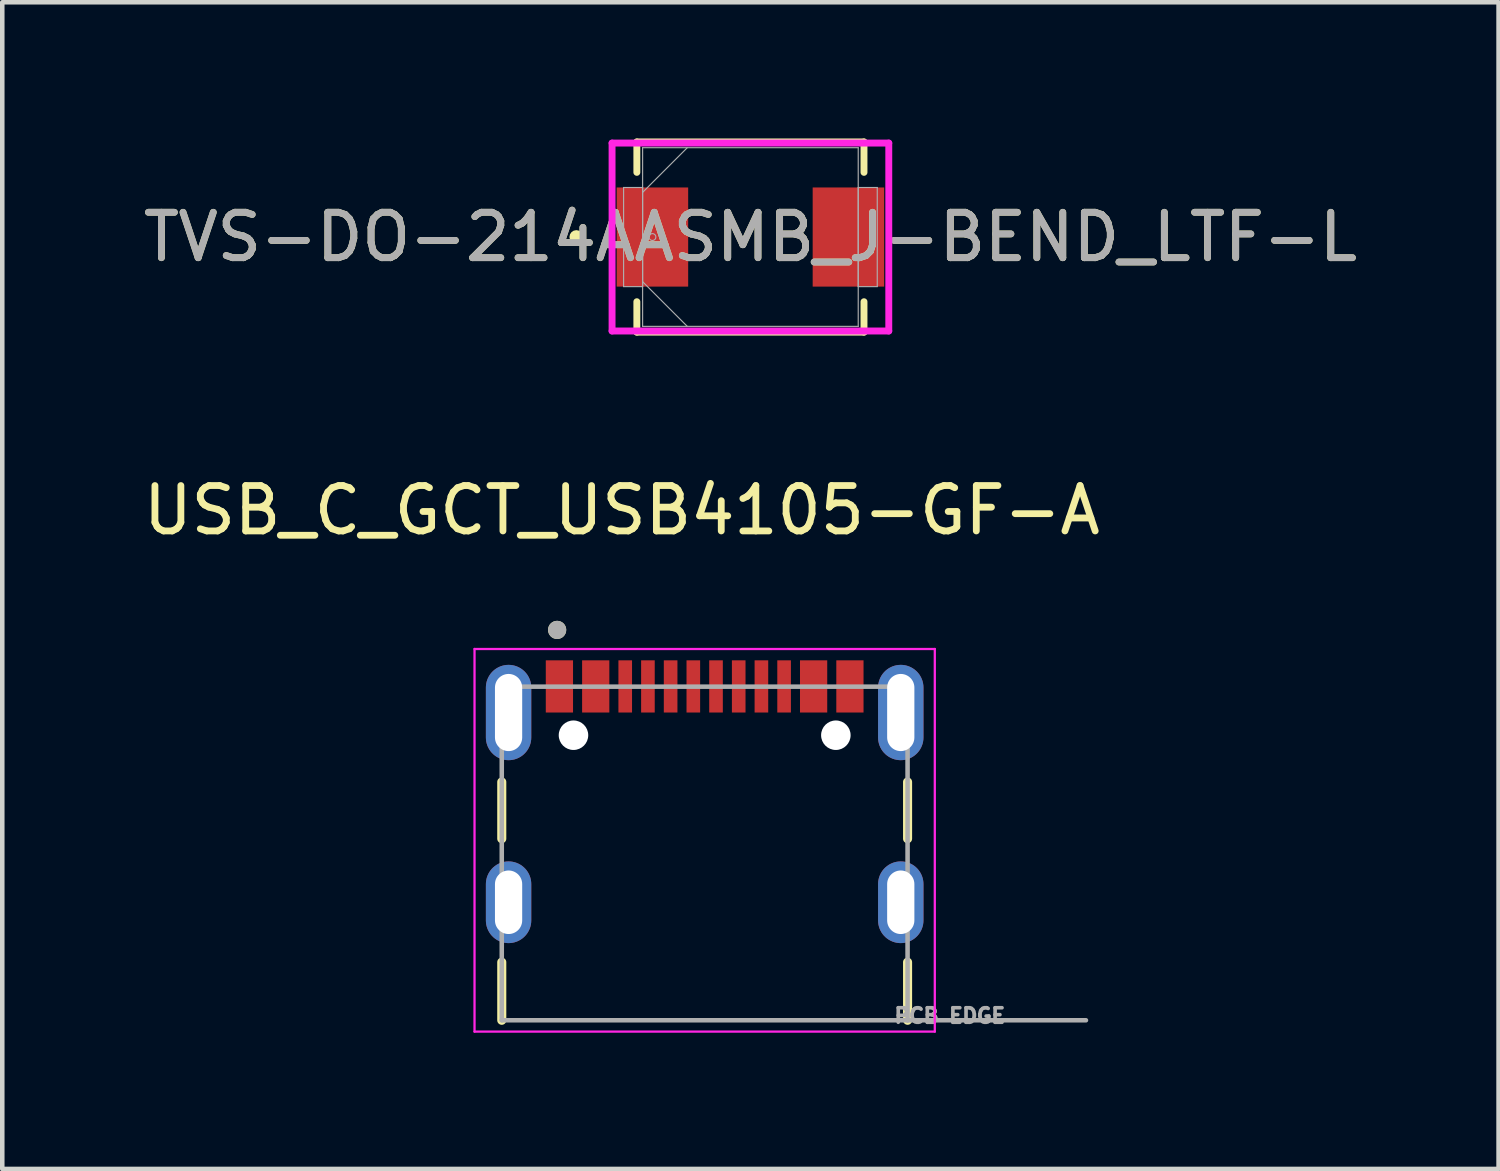
<source format=kicad_pcb>
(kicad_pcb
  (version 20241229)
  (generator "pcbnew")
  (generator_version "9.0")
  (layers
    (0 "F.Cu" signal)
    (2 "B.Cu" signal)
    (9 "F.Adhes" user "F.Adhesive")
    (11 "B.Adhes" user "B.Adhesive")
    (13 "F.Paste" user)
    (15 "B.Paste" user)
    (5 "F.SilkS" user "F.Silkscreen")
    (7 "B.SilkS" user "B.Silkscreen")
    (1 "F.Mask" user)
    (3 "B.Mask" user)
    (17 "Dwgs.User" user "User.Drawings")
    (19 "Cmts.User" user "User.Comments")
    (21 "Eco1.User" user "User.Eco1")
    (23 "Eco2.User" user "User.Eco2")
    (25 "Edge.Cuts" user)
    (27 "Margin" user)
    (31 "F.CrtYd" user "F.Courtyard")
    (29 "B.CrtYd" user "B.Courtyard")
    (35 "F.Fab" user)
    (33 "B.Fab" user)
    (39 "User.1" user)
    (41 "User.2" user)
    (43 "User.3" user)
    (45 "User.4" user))
  (footprint "USB_C_GCT_USB4105-GF-A"
    (layer "F.Cu")
    (at 12.474 16.827)
    (property "Reference" "USB_C_GCT_USB4105-GF-A" (at -1.825 -8.635 0) (layer "F.SilkS") (effects (font (size 1 1) (thickness 0.15))))
    (attr smd)
    (fp_poly (pts (xy -3.55 -5.38) (xy -2.85 -5.38) (xy -2.85 -4.13) (xy -3.55 -4.13)) (stroke (width 0.01) (type solid)) (fill yes) (layer "F.Mask"))
    (fp_poly (pts (xy -2.75 -5.38) (xy -2.05 -5.38) (xy -2.05 -4.13) (xy -2.75 -4.13)) (stroke (width 0.01) (type solid)) (fill yes) (layer "F.Mask"))
    (fp_poly (pts (xy -1.95 -5.38) (xy -1.55 -5.38) (xy -1.55 -4.13) (xy -1.95 -4.13)) (stroke (width 0.01) (type solid)) (fill yes) (layer "F.Mask"))
    (fp_poly (pts (xy -1.45 -5.38) (xy -1.05 -5.38) (xy -1.05 -4.13) (xy -1.45 -4.13)) (stroke (width 0.01) (type solid)) (fill yes) (layer "F.Mask"))
    (fp_poly (pts (xy -0.95 -5.38) (xy -0.55 -5.38) (xy -0.55 -4.13) (xy -0.95 -4.13)) (stroke (width 0.01) (type solid)) (fill yes) (layer "F.Mask"))
    (fp_poly (pts (xy -0.45 -5.38) (xy -0.05 -5.38) (xy -0.05 -4.13) (xy -0.45 -4.13)) (stroke (width 0.01) (type solid)) (fill yes) (layer "F.Mask"))
    (fp_poly (pts (xy 0.05 -5.38) (xy 0.45 -5.38) (xy 0.45 -4.13) (xy 0.05 -4.13)) (stroke (width 0.01) (type solid)) (fill yes) (layer "F.Mask"))
    (fp_poly (pts (xy 0.55 -5.38) (xy 0.95 -5.38) (xy 0.95 -4.13) (xy 0.55 -4.13)) (stroke (width 0.01) (type solid)) (fill yes) (layer "F.Mask"))
    (fp_poly (pts (xy 1.05 -5.38) (xy 1.45 -5.38) (xy 1.45 -4.13) (xy 1.05 -4.13)) (stroke (width 0.01) (type solid)) (fill yes) (layer "F.Mask"))
    (fp_poly (pts (xy 1.55 -5.38) (xy 1.95 -5.38) (xy 1.95 -4.13) (xy 1.55 -4.13)) (stroke (width 0.01) (type solid)) (fill yes) (layer "F.Mask"))
    (fp_poly (pts (xy 2.05 -5.38) (xy 2.75 -5.38) (xy 2.75 -4.13) (xy 2.05 -4.13)) (stroke (width 0.01) (type solid)) (fill yes) (layer "F.Mask"))
    (fp_poly (pts (xy 2.85 -5.38) (xy 3.55 -5.38) (xy 3.55 -4.13) (xy 2.85 -4.13)) (stroke (width 0.01) (type solid)) (fill yes) (layer "F.Mask"))
    (fp_line (start -4.47 -2.65) (end -4.47 -1.4) (stroke (width 0.2) (type solid)) (layer "F.SilkS"))
    (fp_line (start -4.47 1.32) (end -4.47 2.6) (stroke (width 0.2) (type solid)) (layer "F.SilkS"))
    (fp_line (start 4.47 -2.65) (end 4.47 -1.4) (stroke (width 0.2) (type solid)) (layer "F.SilkS"))
    (fp_line (start 4.47 2.6) (end 4.47 1.32) (stroke (width 0.2) (type solid)) (layer "F.SilkS"))
    (fp_circle (center -3.25 -6) (end -3.15 -6) (stroke (width 0.2) (type solid)) (fill no) (layer "F.SilkS"))
    (fp_line (start -5.07 -5.58) (end -5.07 2.85) (stroke (width 0.05) (type solid)) (layer "F.CrtYd"))
    (fp_line (start -5.07 2.85) (end 5.07 2.85) (stroke (width 0.05) (type solid)) (layer "F.CrtYd"))
    (fp_line (start 5.07 -5.58) (end -5.07 -5.58) (stroke (width 0.05) (type solid)) (layer "F.CrtYd"))
    (fp_line (start 5.07 2.85) (end 5.07 -5.58) (stroke (width 0.05) (type solid)) (layer "F.CrtYd"))
    (fp_line (start -4.47 -4.75) (end 4.47 -4.75) (stroke (width 0.1) (type solid)) (layer "F.Fab"))
    (fp_line (start -4.47 2.6) (end -4.47 -4.75) (stroke (width 0.1) (type solid)) (layer "F.Fab"))
    (fp_line (start 4.47 -4.75) (end 4.47 2.6) (stroke (width 0.1) (type solid)) (layer "F.Fab"))
    (fp_line (start 4.47 2.6) (end -4.47 2.6) (stroke (width 0.1) (type solid)) (layer "F.Fab"))
    (fp_line (start 4.47 2.6) (end 8.4 2.6) (stroke (width 0.1) (type solid)) (layer "F.Fab"))
    (fp_circle (center -3.25 -6) (end -3.15 -6) (stroke (width 0.2) (type solid)) (fill no) (layer "F.Fab"))
    (fp_text user "PCB EDGE" (at 5.4 2.5 0) (layer "F.Fab") (effects (font (size 0.32 0.32) (thickness 0.15))))
    (pad "" np_thru_hole circle (at -2.89 -3.68) (size 0.65 0.65) (drill 0.65) (layers "*.Cu" "*.Mask"))
    (pad "" np_thru_hole circle (at 2.89 -3.68) (size 0.65 0.65) (drill 0.65) (layers "*.Cu" "*.Mask"))
    (pad "A1_B12" smd rect (at -3.2 -4.755) (size 0.6 1.15) (layers "F.Cu" "F.Paste"))
    (pad "A4_B9" smd rect (at -2.4 -4.755) (size 0.6 1.15) (layers "F.Cu" "F.Paste"))
    (pad "A5" smd rect (at -1.25 -4.755) (size 0.3 1.15) (layers "F.Cu" "F.Paste"))
    (pad "A6" smd rect (at -0.25 -4.755) (size 0.3 1.15) (layers "F.Cu" "F.Paste"))
    (pad "A7" smd rect (at 0.25 -4.755) (size 0.3 1.15) (layers "F.Cu" "F.Paste"))
    (pad "A8" smd rect (at 1.25 -4.755) (size 0.3 1.15) (layers "F.Cu" "F.Paste"))
    (pad "B1_A12" smd rect (at 3.2 -4.755) (size 0.6 1.15) (layers "F.Cu" "F.Paste"))
    (pad "B4_A9" smd rect (at 2.4 -4.755) (size 0.6 1.15) (layers "F.Cu" "F.Paste"))
    (pad "B5" smd rect (at 1.75 -4.755) (size 0.3 1.15) (layers "F.Cu" "F.Paste"))
    (pad "B6" smd rect (at 0.75 -4.755) (size 0.3 1.15) (layers "F.Cu" "F.Paste"))
    (pad "B7" smd rect (at -0.75 -4.755) (size 0.3 1.15) (layers "F.Cu" "F.Paste"))
    (pad "B8" smd rect (at -1.75 -4.755) (size 0.3 1.15) (layers "F.Cu" "F.Paste"))
    (pad "SH1" thru_hole oval (at -4.32 -4.18) (size 1 2.1) (drill oval 0.6 1.7) (layers "*.Cu" "*.Mask"))
    (pad "SH2" thru_hole oval (at 4.32 -4.18) (size 1 2.1) (drill oval 0.6 1.7) (layers "*.Cu" "*.Mask"))
    (pad "SH3" thru_hole oval (at -4.32 0) (size 1 1.8) (drill oval 0.6 1.4) (layers "*.Cu" "*.Mask"))
    (pad "SH4" thru_hole oval (at 4.32 0) (size 1 1.8) (drill oval 0.6 1.4) (layers "*.Cu" "*.Mask")))
  (footprint "TVS-DO-214AASMB_J-BEND_LTF-L"
    (layer "F.Cu")
    (at 13.482 2.172)
    (property "Reference" "TVS-DO-214AASMB_J-BEND_LTF-L" (at 0 0 0) (unlocked yes) (layer "F.SilkS") (effects (font (size 1 1) (thickness 0.15))))
    (attr smd)
    (fp_line (start -2.502 -2.095) (end -2.502 -1.425) (stroke (width 0.152) (type solid)) (layer "F.SilkS"))
    (fp_line (start -2.502 1.425) (end -2.502 2.095) (stroke (width 0.152) (type solid)) (layer "F.SilkS"))
    (fp_line (start -2.502 2.095) (end 2.502 2.095) (stroke (width 0.152) (type solid)) (layer "F.SilkS"))
    (fp_line (start 2.502 -2.095) (end -2.502 -2.095) (stroke (width 0.152) (type solid)) (layer "F.SilkS"))
    (fp_line (start 2.502 -1.425) (end 2.502 -2.095) (stroke (width 0.152) (type solid)) (layer "F.SilkS"))
    (fp_line (start 2.502 2.095) (end 2.502 1.425) (stroke (width 0.152) (type solid)) (layer "F.SilkS"))
    (fp_circle (center -3.835 0) (end -3.759 0) (stroke (width 0.152) (type solid)) (fill no) (layer "F.SilkS"))
    (fp_line (start -3.048 -2.07) (end 3.048 -2.07) (stroke (width 0.152) (type solid)) (layer "F.CrtYd"))
    (fp_line (start -3.048 2.07) (end -3.048 -2.07) (stroke (width 0.152) (type solid)) (layer "F.CrtYd"))
    (fp_line (start 3.048 -2.07) (end 3.048 2.07) (stroke (width 0.152) (type solid)) (layer "F.CrtYd"))
    (fp_line (start 3.048 2.07) (end -3.048 2.07) (stroke (width 0.152) (type solid)) (layer "F.CrtYd"))
    (fp_line (start -2.794 -1.092) (end -2.794 1.092) (stroke (width 0.025) (type solid)) (layer "F.Fab"))
    (fp_line (start -2.794 1.092) (end -2.375 1.092) (stroke (width 0.025) (type solid)) (layer "F.Fab"))
    (fp_line (start -2.375 -1.968) (end -2.375 1.968) (stroke (width 0.025) (type solid)) (layer "F.Fab"))
    (fp_line (start -2.375 -1.092) (end -2.794 -1.092) (stroke (width 0.025) (type solid)) (layer "F.Fab"))
    (fp_line (start -2.375 -0.984) (end -1.391 -1.968) (stroke (width 0.025) (type solid)) (layer "F.Fab"))
    (fp_line (start -2.375 0.984) (end -1.391 1.968) (stroke (width 0.025) (type solid)) (layer "F.Fab"))
    (fp_line (start -2.375 1.092) (end -2.375 -1.092) (stroke (width 0.025) (type solid)) (layer "F.Fab"))
    (fp_line (start -2.375 1.968) (end 2.375 1.968) (stroke (width 0.025) (type solid)) (layer "F.Fab"))
    (fp_line (start 2.375 -1.968) (end -2.375 -1.968) (stroke (width 0.025) (type solid)) (layer "F.Fab"))
    (fp_line (start 2.375 -1.092) (end 2.375 1.092) (stroke (width 0.025) (type solid)) (layer "F.Fab"))
    (fp_line (start 2.375 1.092) (end 2.794 1.092) (stroke (width 0.025) (type solid)) (layer "F.Fab"))
    (fp_line (start 2.375 1.968) (end 2.375 -1.968) (stroke (width 0.025) (type solid)) (layer "F.Fab"))
    (fp_line (start 2.794 -1.092) (end 2.375 -1.092) (stroke (width 0.025) (type solid)) (layer "F.Fab"))
    (fp_line (start 2.794 1.092) (end 2.794 -1.092) (stroke (width 0.025) (type solid)) (layer "F.Fab"))
    (fp_circle (center -2.159 0) (end -2.083 0) (stroke (width 0.025) (type solid)) (fill no) (layer "F.Fab"))
    (fp_text user "${REFERENCE}" (at 0 0 0) (unlocked yes) (layer "F.Fab") (effects (font (size 1 1) (thickness 0.15))))
    (pad "1" smd rect (at -2.159 0) (size 1.575 2.184) (layers "F.Cu" "F.Mask" "F.Paste"))
    (pad "2" smd rect (at 2.159 0) (size 1.575 2.184) (layers "F.Cu" "F.Mask" "F.Paste"))
    (zone (net_name "") (layer "F.Cu") (hatch full 0.508) (connect_pads) (min_thickness 0.254) (filled_areas_thickness no) (keepout (tracks not_allowed) (vias not_allowed) (pads allowed) (copperpour not_allowed) (footprints allowed)) (placement (enabled no)) (fill) (polygon (pts (xy 12.161 0.254) (xy 14.803 0.254) (xy 14.803 4.089) (xy 12.161 4.089)))))
  (gr_rect
    (start -3 -3)
    (end 29.964 22.702)
    (stroke (width 0.1) (type default))
    (fill no)
    (layer "Edge.Cuts")))
</source>
